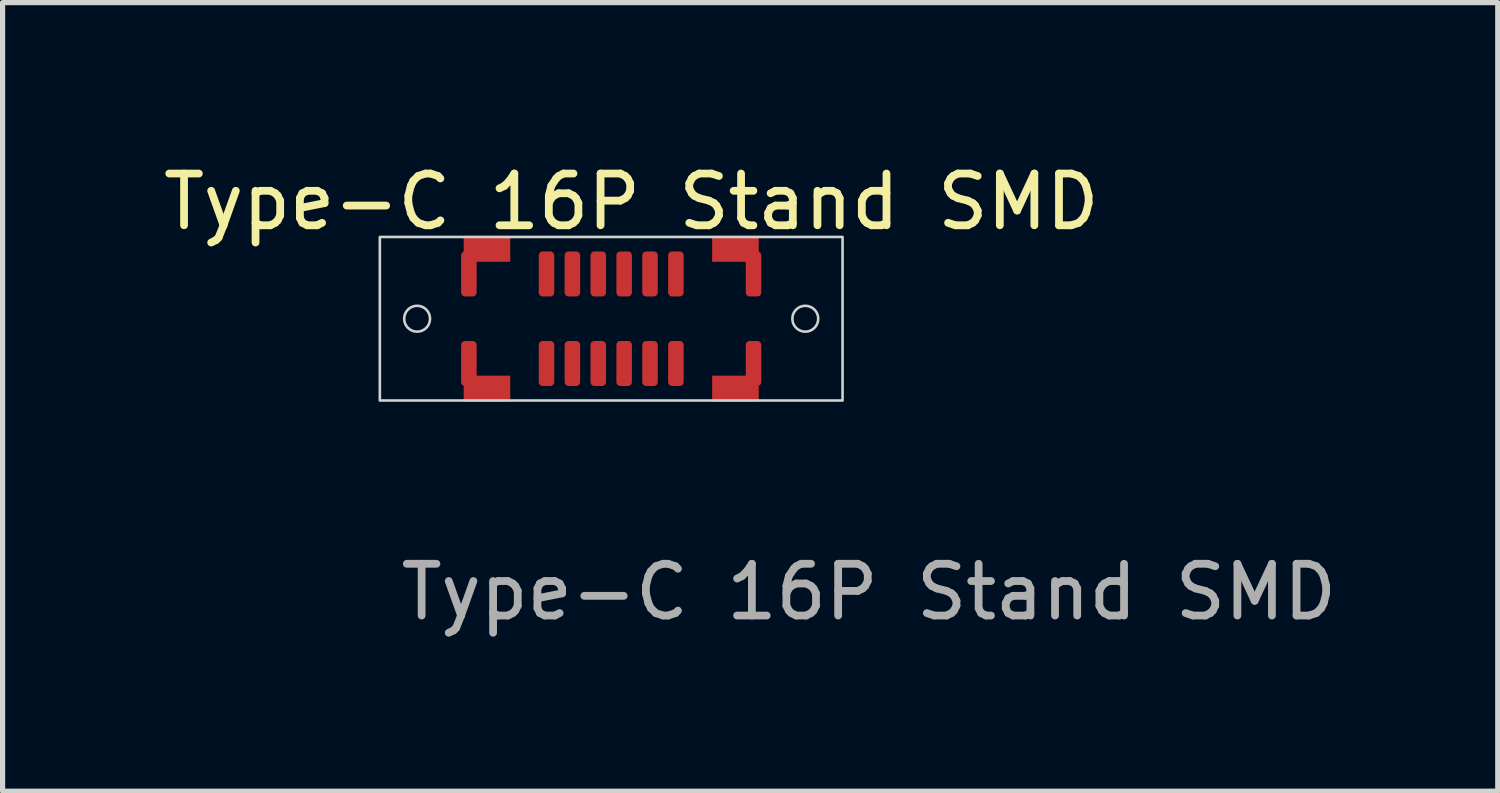
<source format=kicad_pcb>
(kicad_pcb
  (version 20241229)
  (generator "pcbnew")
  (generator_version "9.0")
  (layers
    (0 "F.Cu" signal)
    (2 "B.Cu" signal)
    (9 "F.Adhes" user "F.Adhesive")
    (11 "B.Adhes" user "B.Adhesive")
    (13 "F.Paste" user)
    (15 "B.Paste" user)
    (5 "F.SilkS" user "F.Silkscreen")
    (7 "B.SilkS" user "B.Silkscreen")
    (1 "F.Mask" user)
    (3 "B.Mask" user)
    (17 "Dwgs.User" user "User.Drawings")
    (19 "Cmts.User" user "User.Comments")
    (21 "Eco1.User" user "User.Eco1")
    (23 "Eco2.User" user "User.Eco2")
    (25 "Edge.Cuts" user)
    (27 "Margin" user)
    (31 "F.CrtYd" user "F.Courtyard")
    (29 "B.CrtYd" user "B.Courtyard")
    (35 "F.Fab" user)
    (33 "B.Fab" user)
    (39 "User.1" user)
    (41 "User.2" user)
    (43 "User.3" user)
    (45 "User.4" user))
  (footprint "Type-C 16P Stand SMD"
    (layer "F.Cu")
    (at 8.759 3.108)
    (property "Reference" "Type-C 16P Stand SMD" (at 0.39 -2.26 0) (unlocked yes) (layer "F.SilkS") (effects (font (size 1 1) (thickness 0.15))))
    (attr smd)
    (fp_rect (start -4.47 -1.58) (end 4.47 1.58) (stroke (width 0.05) (type solid)) (fill no) (layer "Edge.Cuts"))
    (fp_circle (center -3.75 0) (end -3.5 0) (stroke (width 0.05) (type solid)) (fill no) (layer "Edge.Cuts"))
    (fp_circle (center 3.75 0) (end 4 0) (stroke (width 0.05) (type solid)) (fill no) (layer "Edge.Cuts"))
    (fp_text user "${REFERENCE}" (at 4.98 5.28 0) (unlocked yes) (layer "F.Fab") (effects (font (size 1 1) (thickness 0.15))))
    (pad "A1" smd roundrect (at -2.75 -0.865) (size 0.3 0.87) (layers "F.Cu" "F.Mask" "F.Paste") (roundrect_rratio 0.25))
    (pad "A4" smd roundrect (at -1.25 -0.865) (size 0.3 0.87) (layers "F.Cu" "F.Mask" "F.Paste") (roundrect_rratio 0.25))
    (pad "A5" smd roundrect (at -0.75 -0.865) (size 0.3 0.87) (layers "F.Cu" "F.Mask" "F.Paste") (roundrect_rratio 0.25))
    (pad "A6" smd roundrect (at -0.25 -0.865) (size 0.3 0.87) (layers "F.Cu" "F.Mask" "F.Paste") (roundrect_rratio 0.25))
    (pad "A7" smd roundrect (at 0.25 -0.865) (size 0.3 0.87) (layers "F.Cu" "F.Mask" "F.Paste") (roundrect_rratio 0.25))
    (pad "A8" smd roundrect (at 0.75 -0.865) (size 0.3 0.87) (layers "F.Cu" "F.Mask" "F.Paste") (roundrect_rratio 0.25))
    (pad "A9" smd roundrect (at 1.25 -0.865) (size 0.3 0.87) (layers "F.Cu" "F.Mask" "F.Paste") (roundrect_rratio 0.25))
    (pad "A12" smd roundrect (at 2.75 -0.865) (size 0.3 0.87) (layers "F.Cu" "F.Mask" "F.Paste") (roundrect_rratio 0.25))
    (pad "B1" smd roundrect (at 2.75 0.865) (size 0.3 0.87) (layers "F.Cu" "F.Mask" "F.Paste") (roundrect_rratio 0.25))
    (pad "B4" smd roundrect (at 1.25 0.865) (size 0.3 0.87) (layers "F.Cu" "F.Mask" "F.Paste") (roundrect_rratio 0.25))
    (pad "B5" smd roundrect (at 0.75 0.865) (size 0.3 0.87) (layers "F.Cu" "F.Mask" "F.Paste") (roundrect_rratio 0.25))
    (pad "B6" smd roundrect (at 0.25 0.865) (size 0.3 0.87) (layers "F.Cu" "F.Mask" "F.Paste") (roundrect_rratio 0.25))
    (pad "B7" smd roundrect (at -0.25 0.865) (size 0.3 0.87) (layers "F.Cu" "F.Mask" "F.Paste") (roundrect_rratio 0.25))
    (pad "B8" smd roundrect (at -0.75 0.865) (size 0.3 0.87) (layers "F.Cu" "F.Mask" "F.Paste") (roundrect_rratio 0.25))
    (pad "B9" smd roundrect (at -1.25 0.865) (size 0.3 0.87) (layers "F.Cu" "F.Mask" "F.Paste") (roundrect_rratio 0.25))
    (pad "B12" smd roundrect (at -2.75 0.865) (size 0.3 0.87) (layers "F.Cu" "F.Mask" "F.Paste") (roundrect_rratio 0.25))
    (pad "S1" smd rect (at -2.4 -1.35) (size 0.9 0.5) (layers "F.Cu" "F.Mask" "F.Paste"))
    (pad "S1" smd rect (at -2.4 1.35) (size 0.9 0.5) (layers "F.Cu" "F.Mask" "F.Paste"))
    (pad "S1" smd rect (at 2.4 -1.35) (size 0.9 0.5) (layers "F.Cu" "F.Mask" "F.Paste"))
    (pad "S1" smd rect (at 2.4 1.35) (size 0.9 0.5) (layers "F.Cu" "F.Mask" "F.Paste")))
  (gr_rect
    (start -3 -3)
    (end 25.888 12.236)
    (stroke (width 0.1) (type default))
    (fill no)
    (layer "Edge.Cuts")))
</source>
